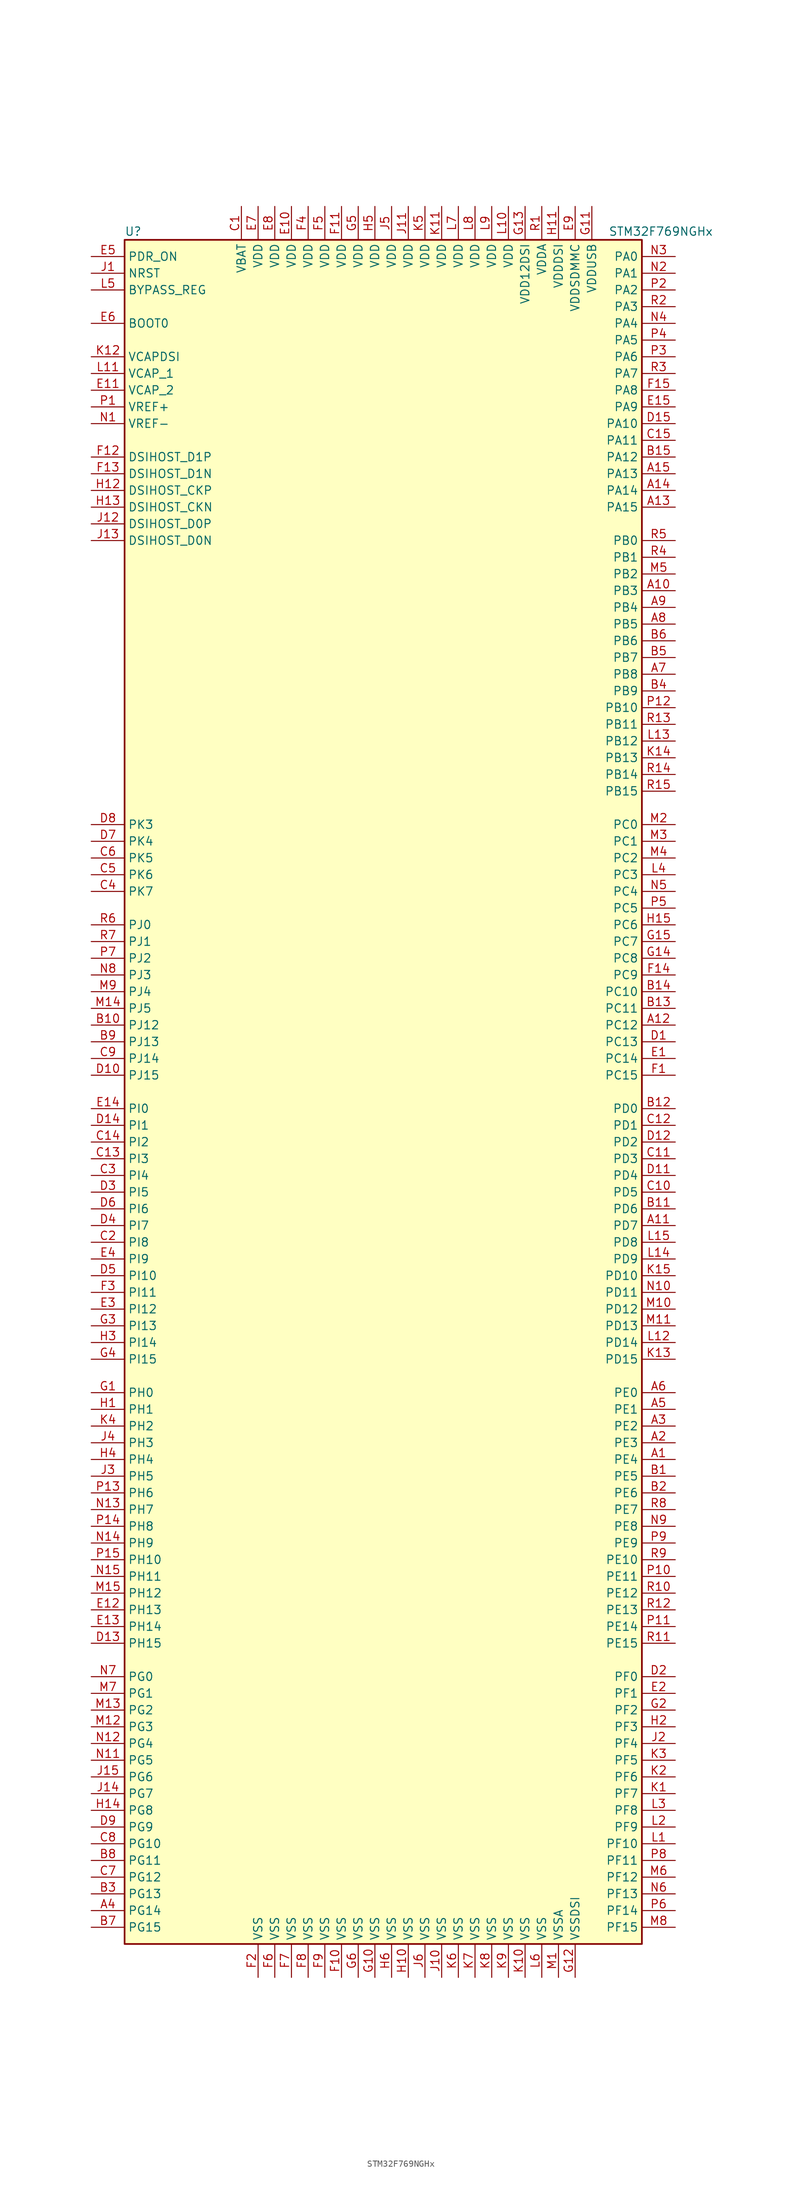
<source format=kicad_sym>
(kicad_symbol_lib
  (version 20201005)
  (generator kicad_symbol_editor)
  (symbol "STM32F769NGHx"
    (property "Reference" "U"
      (at -40.64 130.81 0)
      (effects (font (size 1.27 1.27)) (justify left)))
    (property "Value" "STM32F769NGHx"
      (at 33.02 130.81 0)
      (effects (font (size 1.27 1.27)) (justify left)))
    (symbol "STM32F769NGHx_0_1"
      (rectangle (start -40.64 -129.54) (end 38.1 129.54) (stroke (width 0.254)) (fill (type background))))
    (symbol "STM32F769NGHx_1_1"
      (pin input line (at -45.72 116.84 0) (length 5.08) (name "BOOT0" (effects (font (size 1.27 1.27)))) (number "E6" (effects (font (size 1.27 1.27)))))
      (pin input line (at -45.72 121.92 0) (length 5.08) (name "BYPASS_REG" (effects (font (size 1.27 1.27)))) (number "L5" (effects (font (size 1.27 1.27)))))
      (pin bidirectional line (at -45.72 88.9 0) (length 5.08) (name "DSIHOST_CKN" (effects (font (size 1.27 1.27)))) (number "H13" (effects (font (size 1.27 1.27)))))
      (pin bidirectional line (at -45.72 91.44 0) (length 5.08) (name "DSIHOST_CKP" (effects (font (size 1.27 1.27)))) (number "H12" (effects (font (size 1.27 1.27)))))
      (pin bidirectional line (at -45.72 83.82 0) (length 5.08) (name "DSIHOST_D0N" (effects (font (size 1.27 1.27)))) (number "J13" (effects (font (size 1.27 1.27)))))
      (pin bidirectional line (at -45.72 86.36 0) (length 5.08) (name "DSIHOST_D0P" (effects (font (size 1.27 1.27)))) (number "J12" (effects (font (size 1.27 1.27)))))
      (pin bidirectional line (at -45.72 93.98 0) (length 5.08) (name "DSIHOST_D1N" (effects (font (size 1.27 1.27)))) (number "F13" (effects (font (size 1.27 1.27)))))
      (pin bidirectional line (at -45.72 96.52 0) (length 5.08) (name "DSIHOST_D1P" (effects (font (size 1.27 1.27)))) (number "F12" (effects (font (size 1.27 1.27)))))
      (pin input line (at -45.72 124.46 0) (length 5.08) (name "NRST" (effects (font (size 1.27 1.27)))) (number "J1" (effects (font (size 1.27 1.27)))))
      (pin bidirectional line (at 43.18 127 180) (length 5.08) (name "PA0" (effects (font (size 1.27 1.27)))) (number "N3" (effects (font (size 1.27 1.27)))))
      (pin bidirectional line (at 43.18 124.46 180) (length 5.08) (name "PA1" (effects (font (size 1.27 1.27)))) (number "N2" (effects (font (size 1.27 1.27)))))
      (pin bidirectional line (at 43.18 101.6 180) (length 5.08) (name "PA10" (effects (font (size 1.27 1.27)))) (number "D15" (effects (font (size 1.27 1.27)))))
      (pin bidirectional line (at 43.18 99.06 180) (length 5.08) (name "PA11" (effects (font (size 1.27 1.27)))) (number "C15" (effects (font (size 1.27 1.27)))))
      (pin bidirectional line (at 43.18 96.52 180) (length 5.08) (name "PA12" (effects (font (size 1.27 1.27)))) (number "B15" (effects (font (size 1.27 1.27)))))
      (pin bidirectional line (at 43.18 93.98 180) (length 5.08) (name "PA13" (effects (font (size 1.27 1.27)))) (number "A15" (effects (font (size 1.27 1.27)))))
      (pin bidirectional line (at 43.18 91.44 180) (length 5.08) (name "PA14" (effects (font (size 1.27 1.27)))) (number "A14" (effects (font (size 1.27 1.27)))))
      (pin bidirectional line (at 43.18 88.9 180) (length 5.08) (name "PA15" (effects (font (size 1.27 1.27)))) (number "A13" (effects (font (size 1.27 1.27)))))
      (pin bidirectional line (at 43.18 121.92 180) (length 5.08) (name "PA2" (effects (font (size 1.27 1.27)))) (number "P2" (effects (font (size 1.27 1.27)))))
      (pin bidirectional line (at 43.18 119.38 180) (length 5.08) (name "PA3" (effects (font (size 1.27 1.27)))) (number "R2" (effects (font (size 1.27 1.27)))))
      (pin bidirectional line (at 43.18 116.84 180) (length 5.08) (name "PA4" (effects (font (size 1.27 1.27)))) (number "N4" (effects (font (size 1.27 1.27)))))
      (pin bidirectional line (at 43.18 114.3 180) (length 5.08) (name "PA5" (effects (font (size 1.27 1.27)))) (number "P4" (effects (font (size 1.27 1.27)))))
      (pin bidirectional line (at 43.18 111.76 180) (length 5.08) (name "PA6" (effects (font (size 1.27 1.27)))) (number "P3" (effects (font (size 1.27 1.27)))))
      (pin bidirectional line (at 43.18 109.22 180) (length 5.08) (name "PA7" (effects (font (size 1.27 1.27)))) (number "R3" (effects (font (size 1.27 1.27)))))
      (pin bidirectional line (at 43.18 106.68 180) (length 5.08) (name "PA8" (effects (font (size 1.27 1.27)))) (number "F15" (effects (font (size 1.27 1.27)))))
      (pin bidirectional line (at 43.18 104.14 180) (length 5.08) (name "PA9" (effects (font (size 1.27 1.27)))) (number "E15" (effects (font (size 1.27 1.27)))))
      (pin bidirectional line (at 43.18 83.82 180) (length 5.08) (name "PB0" (effects (font (size 1.27 1.27)))) (number "R5" (effects (font (size 1.27 1.27)))))
      (pin bidirectional line (at 43.18 81.28 180) (length 5.08) (name "PB1" (effects (font (size 1.27 1.27)))) (number "R4" (effects (font (size 1.27 1.27)))))
      (pin bidirectional line (at 43.18 58.42 180) (length 5.08) (name "PB10" (effects (font (size 1.27 1.27)))) (number "P12" (effects (font (size 1.27 1.27)))))
      (pin bidirectional line (at 43.18 55.88 180) (length 5.08) (name "PB11" (effects (font (size 1.27 1.27)))) (number "R13" (effects (font (size 1.27 1.27)))))
      (pin bidirectional line (at 43.18 53.34 180) (length 5.08) (name "PB12" (effects (font (size 1.27 1.27)))) (number "L13" (effects (font (size 1.27 1.27)))))
      (pin bidirectional line (at 43.18 50.8 180) (length 5.08) (name "PB13" (effects (font (size 1.27 1.27)))) (number "K14" (effects (font (size 1.27 1.27)))))
      (pin bidirectional line (at 43.18 48.26 180) (length 5.08) (name "PB14" (effects (font (size 1.27 1.27)))) (number "R14" (effects (font (size 1.27 1.27)))))
      (pin bidirectional line (at 43.18 45.72 180) (length 5.08) (name "PB15" (effects (font (size 1.27 1.27)))) (number "R15" (effects (font (size 1.27 1.27)))))
      (pin bidirectional line (at 43.18 78.74 180) (length 5.08) (name "PB2" (effects (font (size 1.27 1.27)))) (number "M5" (effects (font (size 1.27 1.27)))))
      (pin bidirectional line (at 43.18 76.2 180) (length 5.08) (name "PB3" (effects (font (size 1.27 1.27)))) (number "A10" (effects (font (size 1.27 1.27)))))
      (pin bidirectional line (at 43.18 73.66 180) (length 5.08) (name "PB4" (effects (font (size 1.27 1.27)))) (number "A9" (effects (font (size 1.27 1.27)))))
      (pin bidirectional line (at 43.18 71.12 180) (length 5.08) (name "PB5" (effects (font (size 1.27 1.27)))) (number "A8" (effects (font (size 1.27 1.27)))))
      (pin bidirectional line (at 43.18 68.58 180) (length 5.08) (name "PB6" (effects (font (size 1.27 1.27)))) (number "B6" (effects (font (size 1.27 1.27)))))
      (pin bidirectional line (at 43.18 66.04 180) (length 5.08) (name "PB7" (effects (font (size 1.27 1.27)))) (number "B5" (effects (font (size 1.27 1.27)))))
      (pin bidirectional line (at 43.18 63.5 180) (length 5.08) (name "PB8" (effects (font (size 1.27 1.27)))) (number "A7" (effects (font (size 1.27 1.27)))))
      (pin bidirectional line (at 43.18 60.96 180) (length 5.08) (name "PB9" (effects (font (size 1.27 1.27)))) (number "B4" (effects (font (size 1.27 1.27)))))
      (pin bidirectional line (at 43.18 40.64 180) (length 5.08) (name "PC0" (effects (font (size 1.27 1.27)))) (number "M2" (effects (font (size 1.27 1.27)))))
      (pin bidirectional line (at 43.18 38.1 180) (length 5.08) (name "PC1" (effects (font (size 1.27 1.27)))) (number "M3" (effects (font (size 1.27 1.27)))))
      (pin bidirectional line (at 43.18 15.24 180) (length 5.08) (name "PC10" (effects (font (size 1.27 1.27)))) (number "B14" (effects (font (size 1.27 1.27)))))
      (pin bidirectional line (at 43.18 12.7 180) (length 5.08) (name "PC11" (effects (font (size 1.27 1.27)))) (number "B13" (effects (font (size 1.27 1.27)))))
      (pin bidirectional line (at 43.18 10.16 180) (length 5.08) (name "PC12" (effects (font (size 1.27 1.27)))) (number "A12" (effects (font (size 1.27 1.27)))))
      (pin bidirectional line (at 43.18 7.62 180) (length 5.08) (name "PC13" (effects (font (size 1.27 1.27)))) (number "D1" (effects (font (size 1.27 1.27)))))
      (pin bidirectional line (at 43.18 5.08 180) (length 5.08) (name "PC14" (effects (font (size 1.27 1.27)))) (number "E1" (effects (font (size 1.27 1.27)))))
      (pin bidirectional line (at 43.18 2.54 180) (length 5.08) (name "PC15" (effects (font (size 1.27 1.27)))) (number "F1" (effects (font (size 1.27 1.27)))))
      (pin bidirectional line (at 43.18 35.56 180) (length 5.08) (name "PC2" (effects (font (size 1.27 1.27)))) (number "M4" (effects (font (size 1.27 1.27)))))
      (pin bidirectional line (at 43.18 33.02 180) (length 5.08) (name "PC3" (effects (font (size 1.27 1.27)))) (number "L4" (effects (font (size 1.27 1.27)))))
      (pin bidirectional line (at 43.18 30.48 180) (length 5.08) (name "PC4" (effects (font (size 1.27 1.27)))) (number "N5" (effects (font (size 1.27 1.27)))))
      (pin bidirectional line (at 43.18 27.94 180) (length 5.08) (name "PC5" (effects (font (size 1.27 1.27)))) (number "P5" (effects (font (size 1.27 1.27)))))
      (pin bidirectional line (at 43.18 25.4 180) (length 5.08) (name "PC6" (effects (font (size 1.27 1.27)))) (number "H15" (effects (font (size 1.27 1.27)))))
      (pin bidirectional line (at 43.18 22.86 180) (length 5.08) (name "PC7" (effects (font (size 1.27 1.27)))) (number "G15" (effects (font (size 1.27 1.27)))))
      (pin bidirectional line (at 43.18 20.32 180) (length 5.08) (name "PC8" (effects (font (size 1.27 1.27)))) (number "G14" (effects (font (size 1.27 1.27)))))
      (pin bidirectional line (at 43.18 17.78 180) (length 5.08) (name "PC9" (effects (font (size 1.27 1.27)))) (number "F14" (effects (font (size 1.27 1.27)))))
      (pin bidirectional line (at 43.18 -2.54 180) (length 5.08) (name "PD0" (effects (font (size 1.27 1.27)))) (number "B12" (effects (font (size 1.27 1.27)))))
      (pin bidirectional line (at 43.18 -5.08 180) (length 5.08) (name "PD1" (effects (font (size 1.27 1.27)))) (number "C12" (effects (font (size 1.27 1.27)))))
      (pin bidirectional line (at 43.18 -27.94 180) (length 5.08) (name "PD10" (effects (font (size 1.27 1.27)))) (number "K15" (effects (font (size 1.27 1.27)))))
      (pin bidirectional line (at 43.18 -30.48 180) (length 5.08) (name "PD11" (effects (font (size 1.27 1.27)))) (number "N10" (effects (font (size 1.27 1.27)))))
      (pin bidirectional line (at 43.18 -33.02 180) (length 5.08) (name "PD12" (effects (font (size 1.27 1.27)))) (number "M10" (effects (font (size 1.27 1.27)))))
      (pin bidirectional line (at 43.18 -35.56 180) (length 5.08) (name "PD13" (effects (font (size 1.27 1.27)))) (number "M11" (effects (font (size 1.27 1.27)))))
      (pin bidirectional line (at 43.18 -38.1 180) (length 5.08) (name "PD14" (effects (font (size 1.27 1.27)))) (number "L12" (effects (font (size 1.27 1.27)))))
      (pin bidirectional line (at 43.18 -40.64 180) (length 5.08) (name "PD15" (effects (font (size 1.27 1.27)))) (number "K13" (effects (font (size 1.27 1.27)))))
      (pin bidirectional line (at 43.18 -7.62 180) (length 5.08) (name "PD2" (effects (font (size 1.27 1.27)))) (number "D12" (effects (font (size 1.27 1.27)))))
      (pin bidirectional line (at 43.18 -10.16 180) (length 5.08) (name "PD3" (effects (font (size 1.27 1.27)))) (number "C11" (effects (font (size 1.27 1.27)))))
      (pin bidirectional line (at 43.18 -12.7 180) (length 5.08) (name "PD4" (effects (font (size 1.27 1.27)))) (number "D11" (effects (font (size 1.27 1.27)))))
      (pin bidirectional line (at 43.18 -15.24 180) (length 5.08) (name "PD5" (effects (font (size 1.27 1.27)))) (number "C10" (effects (font (size 1.27 1.27)))))
      (pin bidirectional line (at 43.18 -17.78 180) (length 5.08) (name "PD6" (effects (font (size 1.27 1.27)))) (number "B11" (effects (font (size 1.27 1.27)))))
      (pin bidirectional line (at 43.18 -20.32 180) (length 5.08) (name "PD7" (effects (font (size 1.27 1.27)))) (number "A11" (effects (font (size 1.27 1.27)))))
      (pin bidirectional line (at 43.18 -22.86 180) (length 5.08) (name "PD8" (effects (font (size 1.27 1.27)))) (number "L15" (effects (font (size 1.27 1.27)))))
      (pin bidirectional line (at 43.18 -25.4 180) (length 5.08) (name "PD9" (effects (font (size 1.27 1.27)))) (number "L14" (effects (font (size 1.27 1.27)))))
      (pin input line (at -45.72 127 0) (length 5.08) (name "PDR_ON" (effects (font (size 1.27 1.27)))) (number "E5" (effects (font (size 1.27 1.27)))))
      (pin bidirectional line (at 43.18 -45.72 180) (length 5.08) (name "PE0" (effects (font (size 1.27 1.27)))) (number "A6" (effects (font (size 1.27 1.27)))))
      (pin bidirectional line (at 43.18 -48.26 180) (length 5.08) (name "PE1" (effects (font (size 1.27 1.27)))) (number "A5" (effects (font (size 1.27 1.27)))))
      (pin bidirectional line (at 43.18 -71.12 180) (length 5.08) (name "PE10" (effects (font (size 1.27 1.27)))) (number "R9" (effects (font (size 1.27 1.27)))))
      (pin bidirectional line (at 43.18 -73.66 180) (length 5.08) (name "PE11" (effects (font (size 1.27 1.27)))) (number "P10" (effects (font (size 1.27 1.27)))))
      (pin bidirectional line (at 43.18 -76.2 180) (length 5.08) (name "PE12" (effects (font (size 1.27 1.27)))) (number "R10" (effects (font (size 1.27 1.27)))))
      (pin bidirectional line (at 43.18 -78.74 180) (length 5.08) (name "PE13" (effects (font (size 1.27 1.27)))) (number "R12" (effects (font (size 1.27 1.27)))))
      (pin bidirectional line (at 43.18 -81.28 180) (length 5.08) (name "PE14" (effects (font (size 1.27 1.27)))) (number "P11" (effects (font (size 1.27 1.27)))))
      (pin bidirectional line (at 43.18 -83.82 180) (length 5.08) (name "PE15" (effects (font (size 1.27 1.27)))) (number "R11" (effects (font (size 1.27 1.27)))))
      (pin bidirectional line (at 43.18 -50.8 180) (length 5.08) (name "PE2" (effects (font (size 1.27 1.27)))) (number "A3" (effects (font (size 1.27 1.27)))))
      (pin bidirectional line (at 43.18 -53.34 180) (length 5.08) (name "PE3" (effects (font (size 1.27 1.27)))) (number "A2" (effects (font (size 1.27 1.27)))))
      (pin bidirectional line (at 43.18 -55.88 180) (length 5.08) (name "PE4" (effects (font (size 1.27 1.27)))) (number "A1" (effects (font (size 1.27 1.27)))))
      (pin bidirectional line (at 43.18 -58.42 180) (length 5.08) (name "PE5" (effects (font (size 1.27 1.27)))) (number "B1" (effects (font (size 1.27 1.27)))))
      (pin bidirectional line (at 43.18 -60.96 180) (length 5.08) (name "PE6" (effects (font (size 1.27 1.27)))) (number "B2" (effects (font (size 1.27 1.27)))))
      (pin bidirectional line (at 43.18 -63.5 180) (length 5.08) (name "PE7" (effects (font (size 1.27 1.27)))) (number "R8" (effects (font (size 1.27 1.27)))))
      (pin bidirectional line (at 43.18 -66.04 180) (length 5.08) (name "PE8" (effects (font (size 1.27 1.27)))) (number "N9" (effects (font (size 1.27 1.27)))))
      (pin bidirectional line (at 43.18 -68.58 180) (length 5.08) (name "PE9" (effects (font (size 1.27 1.27)))) (number "P9" (effects (font (size 1.27 1.27)))))
      (pin bidirectional line (at 43.18 -88.9 180) (length 5.08) (name "PF0" (effects (font (size 1.27 1.27)))) (number "D2" (effects (font (size 1.27 1.27)))))
      (pin bidirectional line (at 43.18 -91.44 180) (length 5.08) (name "PF1" (effects (font (size 1.27 1.27)))) (number "E2" (effects (font (size 1.27 1.27)))))
      (pin bidirectional line (at 43.18 -114.3 180) (length 5.08) (name "PF10" (effects (font (size 1.27 1.27)))) (number "L1" (effects (font (size 1.27 1.27)))))
      (pin bidirectional line (at 43.18 -116.84 180) (length 5.08) (name "PF11" (effects (font (size 1.27 1.27)))) (number "P8" (effects (font (size 1.27 1.27)))))
      (pin bidirectional line (at 43.18 -119.38 180) (length 5.08) (name "PF12" (effects (font (size 1.27 1.27)))) (number "M6" (effects (font (size 1.27 1.27)))))
      (pin bidirectional line (at 43.18 -121.92 180) (length 5.08) (name "PF13" (effects (font (size 1.27 1.27)))) (number "N6" (effects (font (size 1.27 1.27)))))
      (pin bidirectional line (at 43.18 -124.46 180) (length 5.08) (name "PF14" (effects (font (size 1.27 1.27)))) (number "P6" (effects (font (size 1.27 1.27)))))
      (pin bidirectional line (at 43.18 -127 180) (length 5.08) (name "PF15" (effects (font (size 1.27 1.27)))) (number "M8" (effects (font (size 1.27 1.27)))))
      (pin bidirectional line (at 43.18 -93.98 180) (length 5.08) (name "PF2" (effects (font (size 1.27 1.27)))) (number "G2" (effects (font (size 1.27 1.27)))))
      (pin bidirectional line (at 43.18 -96.52 180) (length 5.08) (name "PF3" (effects (font (size 1.27 1.27)))) (number "H2" (effects (font (size 1.27 1.27)))))
      (pin bidirectional line (at 43.18 -99.06 180) (length 5.08) (name "PF4" (effects (font (size 1.27 1.27)))) (number "J2" (effects (font (size 1.27 1.27)))))
      (pin bidirectional line (at 43.18 -101.6 180) (length 5.08) (name "PF5" (effects (font (size 1.27 1.27)))) (number "K3" (effects (font (size 1.27 1.27)))))
      (pin bidirectional line (at 43.18 -104.14 180) (length 5.08) (name "PF6" (effects (font (size 1.27 1.27)))) (number "K2" (effects (font (size 1.27 1.27)))))
      (pin bidirectional line (at 43.18 -106.68 180) (length 5.08) (name "PF7" (effects (font (size 1.27 1.27)))) (number "K1" (effects (font (size 1.27 1.27)))))
      (pin bidirectional line (at 43.18 -109.22 180) (length 5.08) (name "PF8" (effects (font (size 1.27 1.27)))) (number "L3" (effects (font (size 1.27 1.27)))))
      (pin bidirectional line (at 43.18 -111.76 180) (length 5.08) (name "PF9" (effects (font (size 1.27 1.27)))) (number "L2" (effects (font (size 1.27 1.27)))))
      (pin bidirectional line (at -45.72 -88.9 0) (length 5.08) (name "PG0" (effects (font (size 1.27 1.27)))) (number "N7" (effects (font (size 1.27 1.27)))))
      (pin bidirectional line (at -45.72 -91.44 0) (length 5.08) (name "PG1" (effects (font (size 1.27 1.27)))) (number "M7" (effects (font (size 1.27 1.27)))))
      (pin bidirectional line (at -45.72 -114.3 0) (length 5.08) (name "PG10" (effects (font (size 1.27 1.27)))) (number "C8" (effects (font (size 1.27 1.27)))))
      (pin bidirectional line (at -45.72 -116.84 0) (length 5.08) (name "PG11" (effects (font (size 1.27 1.27)))) (number "B8" (effects (font (size 1.27 1.27)))))
      (pin bidirectional line (at -45.72 -119.38 0) (length 5.08) (name "PG12" (effects (font (size 1.27 1.27)))) (number "C7" (effects (font (size 1.27 1.27)))))
      (pin bidirectional line (at -45.72 -121.92 0) (length 5.08) (name "PG13" (effects (font (size 1.27 1.27)))) (number "B3" (effects (font (size 1.27 1.27)))))
      (pin bidirectional line (at -45.72 -124.46 0) (length 5.08) (name "PG14" (effects (font (size 1.27 1.27)))) (number "A4" (effects (font (size 1.27 1.27)))))
      (pin bidirectional line (at -45.72 -127 0) (length 5.08) (name "PG15" (effects (font (size 1.27 1.27)))) (number "B7" (effects (font (size 1.27 1.27)))))
      (pin bidirectional line (at -45.72 -93.98 0) (length 5.08) (name "PG2" (effects (font (size 1.27 1.27)))) (number "M13" (effects (font (size 1.27 1.27)))))
      (pin bidirectional line (at -45.72 -96.52 0) (length 5.08) (name "PG3" (effects (font (size 1.27 1.27)))) (number "M12" (effects (font (size 1.27 1.27)))))
      (pin bidirectional line (at -45.72 -99.06 0) (length 5.08) (name "PG4" (effects (font (size 1.27 1.27)))) (number "N12" (effects (font (size 1.27 1.27)))))
      (pin bidirectional line (at -45.72 -101.6 0) (length 5.08) (name "PG5" (effects (font (size 1.27 1.27)))) (number "N11" (effects (font (size 1.27 1.27)))))
      (pin bidirectional line (at -45.72 -104.14 0) (length 5.08) (name "PG6" (effects (font (size 1.27 1.27)))) (number "J15" (effects (font (size 1.27 1.27)))))
      (pin bidirectional line (at -45.72 -106.68 0) (length 5.08) (name "PG7" (effects (font (size 1.27 1.27)))) (number "J14" (effects (font (size 1.27 1.27)))))
      (pin bidirectional line (at -45.72 -109.22 0) (length 5.08) (name "PG8" (effects (font (size 1.27 1.27)))) (number "H14" (effects (font (size 1.27 1.27)))))
      (pin bidirectional line (at -45.72 -111.76 0) (length 5.08) (name "PG9" (effects (font (size 1.27 1.27)))) (number "D9" (effects (font (size 1.27 1.27)))))
      (pin input line (at -45.72 -45.72 0) (length 5.08) (name "PH0" (effects (font (size 1.27 1.27)))) (number "G1" (effects (font (size 1.27 1.27)))))
      (pin input line (at -45.72 -48.26 0) (length 5.08) (name "PH1" (effects (font (size 1.27 1.27)))) (number "H1" (effects (font (size 1.27 1.27)))))
      (pin bidirectional line (at -45.72 -71.12 0) (length 5.08) (name "PH10" (effects (font (size 1.27 1.27)))) (number "P15" (effects (font (size 1.27 1.27)))))
      (pin bidirectional line (at -45.72 -73.66 0) (length 5.08) (name "PH11" (effects (font (size 1.27 1.27)))) (number "N15" (effects (font (size 1.27 1.27)))))
      (pin bidirectional line (at -45.72 -76.2 0) (length 5.08) (name "PH12" (effects (font (size 1.27 1.27)))) (number "M15" (effects (font (size 1.27 1.27)))))
      (pin bidirectional line (at -45.72 -78.74 0) (length 5.08) (name "PH13" (effects (font (size 1.27 1.27)))) (number "E12" (effects (font (size 1.27 1.27)))))
      (pin bidirectional line (at -45.72 -81.28 0) (length 5.08) (name "PH14" (effects (font (size 1.27 1.27)))) (number "E13" (effects (font (size 1.27 1.27)))))
      (pin bidirectional line (at -45.72 -83.82 0) (length 5.08) (name "PH15" (effects (font (size 1.27 1.27)))) (number "D13" (effects (font (size 1.27 1.27)))))
      (pin bidirectional line (at -45.72 -50.8 0) (length 5.08) (name "PH2" (effects (font (size 1.27 1.27)))) (number "K4" (effects (font (size 1.27 1.27)))))
      (pin bidirectional line (at -45.72 -53.34 0) (length 5.08) (name "PH3" (effects (font (size 1.27 1.27)))) (number "J4" (effects (font (size 1.27 1.27)))))
      (pin bidirectional line (at -45.72 -55.88 0) (length 5.08) (name "PH4" (effects (font (size 1.27 1.27)))) (number "H4" (effects (font (size 1.27 1.27)))))
      (pin bidirectional line (at -45.72 -58.42 0) (length 5.08) (name "PH5" (effects (font (size 1.27 1.27)))) (number "J3" (effects (font (size 1.27 1.27)))))
      (pin bidirectional line (at -45.72 -60.96 0) (length 5.08) (name "PH6" (effects (font (size 1.27 1.27)))) (number "P13" (effects (font (size 1.27 1.27)))))
      (pin bidirectional line (at -45.72 -63.5 0) (length 5.08) (name "PH7" (effects (font (size 1.27 1.27)))) (number "N13" (effects (font (size 1.27 1.27)))))
      (pin bidirectional line (at -45.72 -66.04 0) (length 5.08) (name "PH8" (effects (font (size 1.27 1.27)))) (number "P14" (effects (font (size 1.27 1.27)))))
      (pin bidirectional line (at -45.72 -68.58 0) (length 5.08) (name "PH9" (effects (font (size 1.27 1.27)))) (number "N14" (effects (font (size 1.27 1.27)))))
      (pin bidirectional line (at -45.72 -2.54 0) (length 5.08) (name "PI0" (effects (font (size 1.27 1.27)))) (number "E14" (effects (font (size 1.27 1.27)))))
      (pin bidirectional line (at -45.72 -5.08 0) (length 5.08) (name "PI1" (effects (font (size 1.27 1.27)))) (number "D14" (effects (font (size 1.27 1.27)))))
      (pin bidirectional line (at -45.72 -27.94 0) (length 5.08) (name "PI10" (effects (font (size 1.27 1.27)))) (number "D5" (effects (font (size 1.27 1.27)))))
      (pin bidirectional line (at -45.72 -30.48 0) (length 5.08) (name "PI11" (effects (font (size 1.27 1.27)))) (number "F3" (effects (font (size 1.27 1.27)))))
      (pin bidirectional line (at -45.72 -33.02 0) (length 5.08) (name "PI12" (effects (font (size 1.27 1.27)))) (number "E3" (effects (font (size 1.27 1.27)))))
      (pin bidirectional line (at -45.72 -35.56 0) (length 5.08) (name "PI13" (effects (font (size 1.27 1.27)))) (number "G3" (effects (font (size 1.27 1.27)))))
      (pin bidirectional line (at -45.72 -38.1 0) (length 5.08) (name "PI14" (effects (font (size 1.27 1.27)))) (number "H3" (effects (font (size 1.27 1.27)))))
      (pin bidirectional line (at -45.72 -40.64 0) (length 5.08) (name "PI15" (effects (font (size 1.27 1.27)))) (number "G4" (effects (font (size 1.27 1.27)))))
      (pin bidirectional line (at -45.72 -7.62 0) (length 5.08) (name "PI2" (effects (font (size 1.27 1.27)))) (number "C14" (effects (font (size 1.27 1.27)))))
      (pin bidirectional line (at -45.72 -10.16 0) (length 5.08) (name "PI3" (effects (font (size 1.27 1.27)))) (number "C13" (effects (font (size 1.27 1.27)))))
      (pin bidirectional line (at -45.72 -12.7 0) (length 5.08) (name "PI4" (effects (font (size 1.27 1.27)))) (number "C3" (effects (font (size 1.27 1.27)))))
      (pin bidirectional line (at -45.72 -15.24 0) (length 5.08) (name "PI5" (effects (font (size 1.27 1.27)))) (number "D3" (effects (font (size 1.27 1.27)))))
      (pin bidirectional line (at -45.72 -17.78 0) (length 5.08) (name "PI6" (effects (font (size 1.27 1.27)))) (number "D6" (effects (font (size 1.27 1.27)))))
      (pin bidirectional line (at -45.72 -20.32 0) (length 5.08) (name "PI7" (effects (font (size 1.27 1.27)))) (number "D4" (effects (font (size 1.27 1.27)))))
      (pin bidirectional line (at -45.72 -22.86 0) (length 5.08) (name "PI8" (effects (font (size 1.27 1.27)))) (number "C2" (effects (font (size 1.27 1.27)))))
      (pin bidirectional line (at -45.72 -25.4 0) (length 5.08) (name "PI9" (effects (font (size 1.27 1.27)))) (number "E4" (effects (font (size 1.27 1.27)))))
      (pin bidirectional line (at -45.72 25.4 0) (length 5.08) (name "PJ0" (effects (font (size 1.27 1.27)))) (number "R6" (effects (font (size 1.27 1.27)))))
      (pin bidirectional line (at -45.72 22.86 0) (length 5.08) (name "PJ1" (effects (font (size 1.27 1.27)))) (number "R7" (effects (font (size 1.27 1.27)))))
      (pin bidirectional line (at -45.72 10.16 0) (length 5.08) (name "PJ12" (effects (font (size 1.27 1.27)))) (number "B10" (effects (font (size 1.27 1.27)))))
      (pin bidirectional line (at -45.72 7.62 0) (length 5.08) (name "PJ13" (effects (font (size 1.27 1.27)))) (number "B9" (effects (font (size 1.27 1.27)))))
      (pin bidirectional line (at -45.72 5.08 0) (length 5.08) (name "PJ14" (effects (font (size 1.27 1.27)))) (number "C9" (effects (font (size 1.27 1.27)))))
      (pin bidirectional line (at -45.72 2.54 0) (length 5.08) (name "PJ15" (effects (font (size 1.27 1.27)))) (number "D10" (effects (font (size 1.27 1.27)))))
      (pin bidirectional line (at -45.72 20.32 0) (length 5.08) (name "PJ2" (effects (font (size 1.27 1.27)))) (number "P7" (effects (font (size 1.27 1.27)))))
      (pin bidirectional line (at -45.72 17.78 0) (length 5.08) (name "PJ3" (effects (font (size 1.27 1.27)))) (number "N8" (effects (font (size 1.27 1.27)))))
      (pin bidirectional line (at -45.72 15.24 0) (length 5.08) (name "PJ4" (effects (font (size 1.27 1.27)))) (number "M9" (effects (font (size 1.27 1.27)))))
      (pin bidirectional line (at -45.72 12.7 0) (length 5.08) (name "PJ5" (effects (font (size 1.27 1.27)))) (number "M14" (effects (font (size 1.27 1.27)))))
      (pin bidirectional line (at -45.72 40.64 0) (length 5.08) (name "PK3" (effects (font (size 1.27 1.27)))) (number "D8" (effects (font (size 1.27 1.27)))))
      (pin bidirectional line (at -45.72 38.1 0) (length 5.08) (name "PK4" (effects (font (size 1.27 1.27)))) (number "D7" (effects (font (size 1.27 1.27)))))
      (pin bidirectional line (at -45.72 35.56 0) (length 5.08) (name "PK5" (effects (font (size 1.27 1.27)))) (number "C6" (effects (font (size 1.27 1.27)))))
      (pin bidirectional line (at -45.72 33.02 0) (length 5.08) (name "PK6" (effects (font (size 1.27 1.27)))) (number "C5" (effects (font (size 1.27 1.27)))))
      (pin bidirectional line (at -45.72 30.48 0) (length 5.08) (name "PK7" (effects (font (size 1.27 1.27)))) (number "C4" (effects (font (size 1.27 1.27)))))
      (pin power_in line (at -22.86 134.62 270) (length 5.08) (name "VBAT" (effects (font (size 1.27 1.27)))) (number "C1" (effects (font (size 1.27 1.27)))))
      (pin power_in line (at -45.72 111.76 0) (length 5.08) (name "VCAPDSI" (effects (font (size 1.27 1.27)))) (number "K12" (effects (font (size 1.27 1.27)))))
      (pin power_in line (at -45.72 109.22 0) (length 5.08) (name "VCAP_1" (effects (font (size 1.27 1.27)))) (number "L11" (effects (font (size 1.27 1.27)))))
      (pin power_in line (at -45.72 106.68 0) (length 5.08) (name "VCAP_2" (effects (font (size 1.27 1.27)))) (number "E11" (effects (font (size 1.27 1.27)))))
      (pin power_in line (at -15.24 134.62 270) (length 5.08) (name "VDD" (effects (font (size 1.27 1.27)))) (number "E10" (effects (font (size 1.27 1.27)))))
      (pin power_in line (at -20.32 134.62 270) (length 5.08) (name "VDD" (effects (font (size 1.27 1.27)))) (number "E7" (effects (font (size 1.27 1.27)))))
      (pin power_in line (at -17.78 134.62 270) (length 5.08) (name "VDD" (effects (font (size 1.27 1.27)))) (number "E8" (effects (font (size 1.27 1.27)))))
      (pin power_in line (at -7.62 134.62 270) (length 5.08) (name "VDD" (effects (font (size 1.27 1.27)))) (number "F11" (effects (font (size 1.27 1.27)))))
      (pin power_in line (at -12.7 134.62 270) (length 5.08) (name "VDD" (effects (font (size 1.27 1.27)))) (number "F4" (effects (font (size 1.27 1.27)))))
      (pin power_in line (at -10.16 134.62 270) (length 5.08) (name "VDD" (effects (font (size 1.27 1.27)))) (number "F5" (effects (font (size 1.27 1.27)))))
      (pin power_in line (at -5.08 134.62 270) (length 5.08) (name "VDD" (effects (font (size 1.27 1.27)))) (number "G5" (effects (font (size 1.27 1.27)))))
      (pin power_in line (at -2.54 134.62 270) (length 5.08) (name "VDD" (effects (font (size 1.27 1.27)))) (number "H5" (effects (font (size 1.27 1.27)))))
      (pin power_in line (at 2.54 134.62 270) (length 5.08) (name "VDD" (effects (font (size 1.27 1.27)))) (number "J11" (effects (font (size 1.27 1.27)))))
      (pin power_in line (at 0 134.62 270) (length 5.08) (name "VDD" (effects (font (size 1.27 1.27)))) (number "J5" (effects (font (size 1.27 1.27)))))
      (pin power_in line (at 7.62 134.62 270) (length 5.08) (name "VDD" (effects (font (size 1.27 1.27)))) (number "K11" (effects (font (size 1.27 1.27)))))
      (pin power_in line (at 5.08 134.62 270) (length 5.08) (name "VDD" (effects (font (size 1.27 1.27)))) (number "K5" (effects (font (size 1.27 1.27)))))
      (pin power_in line (at 17.78 134.62 270) (length 5.08) (name "VDD" (effects (font (size 1.27 1.27)))) (number "L10" (effects (font (size 1.27 1.27)))))
      (pin power_in line (at 10.16 134.62 270) (length 5.08) (name "VDD" (effects (font (size 1.27 1.27)))) (number "L7" (effects (font (size 1.27 1.27)))))
      (pin power_in line (at 12.7 134.62 270) (length 5.08) (name "VDD" (effects (font (size 1.27 1.27)))) (number "L8" (effects (font (size 1.27 1.27)))))
      (pin power_in line (at 15.24 134.62 270) (length 5.08) (name "VDD" (effects (font (size 1.27 1.27)))) (number "L9" (effects (font (size 1.27 1.27)))))
      (pin power_in line (at 20.32 134.62 270) (length 5.08) (name "VDD12DSI" (effects (font (size 1.27 1.27)))) (number "G13" (effects (font (size 1.27 1.27)))))
      (pin power_in line (at 22.86 134.62 270) (length 5.08) (name "VDDA" (effects (font (size 1.27 1.27)))) (number "R1" (effects (font (size 1.27 1.27)))))
      (pin power_in line (at 25.4 134.62 270) (length 5.08) (name "VDDDSI" (effects (font (size 1.27 1.27)))) (number "H11" (effects (font (size 1.27 1.27)))))
      (pin power_in line (at 27.94 134.62 270) (length 5.08) (name "VDDSDMMC" (effects (font (size 1.27 1.27)))) (number "E9" (effects (font (size 1.27 1.27)))))
      (pin power_in line (at 30.48 134.62 270) (length 5.08) (name "VDDUSB" (effects (font (size 1.27 1.27)))) (number "G11" (effects (font (size 1.27 1.27)))))
      (pin power_in line (at -45.72 104.14 0) (length 5.08) (name "VREF+" (effects (font (size 1.27 1.27)))) (number "P1" (effects (font (size 1.27 1.27)))))
      (pin power_in line (at -45.72 101.6 0) (length 5.08) (name "VREF-" (effects (font (size 1.27 1.27)))) (number "N1" (effects (font (size 1.27 1.27)))))
      (pin power_in line (at -7.62 -134.62 90) (length 5.08) (name "VSS" (effects (font (size 1.27 1.27)))) (number "F10" (effects (font (size 1.27 1.27)))))
      (pin power_in line (at -20.32 -134.62 90) (length 5.08) (name "VSS" (effects (font (size 1.27 1.27)))) (number "F2" (effects (font (size 1.27 1.27)))))
      (pin power_in line (at -17.78 -134.62 90) (length 5.08) (name "VSS" (effects (font (size 1.27 1.27)))) (number "F6" (effects (font (size 1.27 1.27)))))
      (pin power_in line (at -15.24 -134.62 90) (length 5.08) (name "VSS" (effects (font (size 1.27 1.27)))) (number "F7" (effects (font (size 1.27 1.27)))))
      (pin power_in line (at -12.7 -134.62 90) (length 5.08) (name "VSS" (effects (font (size 1.27 1.27)))) (number "F8" (effects (font (size 1.27 1.27)))))
      (pin power_in line (at -10.16 -134.62 90) (length 5.08) (name "VSS" (effects (font (size 1.27 1.27)))) (number "F9" (effects (font (size 1.27 1.27)))))
      (pin power_in line (at -2.54 -134.62 90) (length 5.08) (name "VSS" (effects (font (size 1.27 1.27)))) (number "G10" (effects (font (size 1.27 1.27)))))
      (pin power_in line (at -5.08 -134.62 90) (length 5.08) (name "VSS" (effects (font (size 1.27 1.27)))) (number "G6" (effects (font (size 1.27 1.27)))))
      (pin power_in line (at 2.54 -134.62 90) (length 5.08) (name "VSS" (effects (font (size 1.27 1.27)))) (number "H10" (effects (font (size 1.27 1.27)))))
      (pin power_in line (at 0 -134.62 90) (length 5.08) (name "VSS" (effects (font (size 1.27 1.27)))) (number "H6" (effects (font (size 1.27 1.27)))))
      (pin power_in line (at 7.62 -134.62 90) (length 5.08) (name "VSS" (effects (font (size 1.27 1.27)))) (number "J10" (effects (font (size 1.27 1.27)))))
      (pin power_in line (at 5.08 -134.62 90) (length 5.08) (name "VSS" (effects (font (size 1.27 1.27)))) (number "J6" (effects (font (size 1.27 1.27)))))
      (pin power_in line (at 20.32 -134.62 90) (length 5.08) (name "VSS" (effects (font (size 1.27 1.27)))) (number "K10" (effects (font (size 1.27 1.27)))))
      (pin power_in line (at 10.16 -134.62 90) (length 5.08) (name "VSS" (effects (font (size 1.27 1.27)))) (number "K6" (effects (font (size 1.27 1.27)))))
      (pin power_in line (at 12.7 -134.62 90) (length 5.08) (name "VSS" (effects (font (size 1.27 1.27)))) (number "K7" (effects (font (size 1.27 1.27)))))
      (pin power_in line (at 15.24 -134.62 90) (length 5.08) (name "VSS" (effects (font (size 1.27 1.27)))) (number "K8" (effects (font (size 1.27 1.27)))))
      (pin power_in line (at 17.78 -134.62 90) (length 5.08) (name "VSS" (effects (font (size 1.27 1.27)))) (number "K9" (effects (font (size 1.27 1.27)))))
      (pin power_in line (at 22.86 -134.62 90) (length 5.08) (name "VSS" (effects (font (size 1.27 1.27)))) (number "L6" (effects (font (size 1.27 1.27)))))
      (pin power_in line (at 25.4 -134.62 90) (length 5.08) (name "VSSA" (effects (font (size 1.27 1.27)))) (number "M1" (effects (font (size 1.27 1.27)))))
      (pin power_in line (at 27.94 -134.62 90) (length 5.08) (name "VSSDSI" (effects (font (size 1.27 1.27)))) (number "G12" (effects (font (size 1.27 1.27))))))))
</source>
